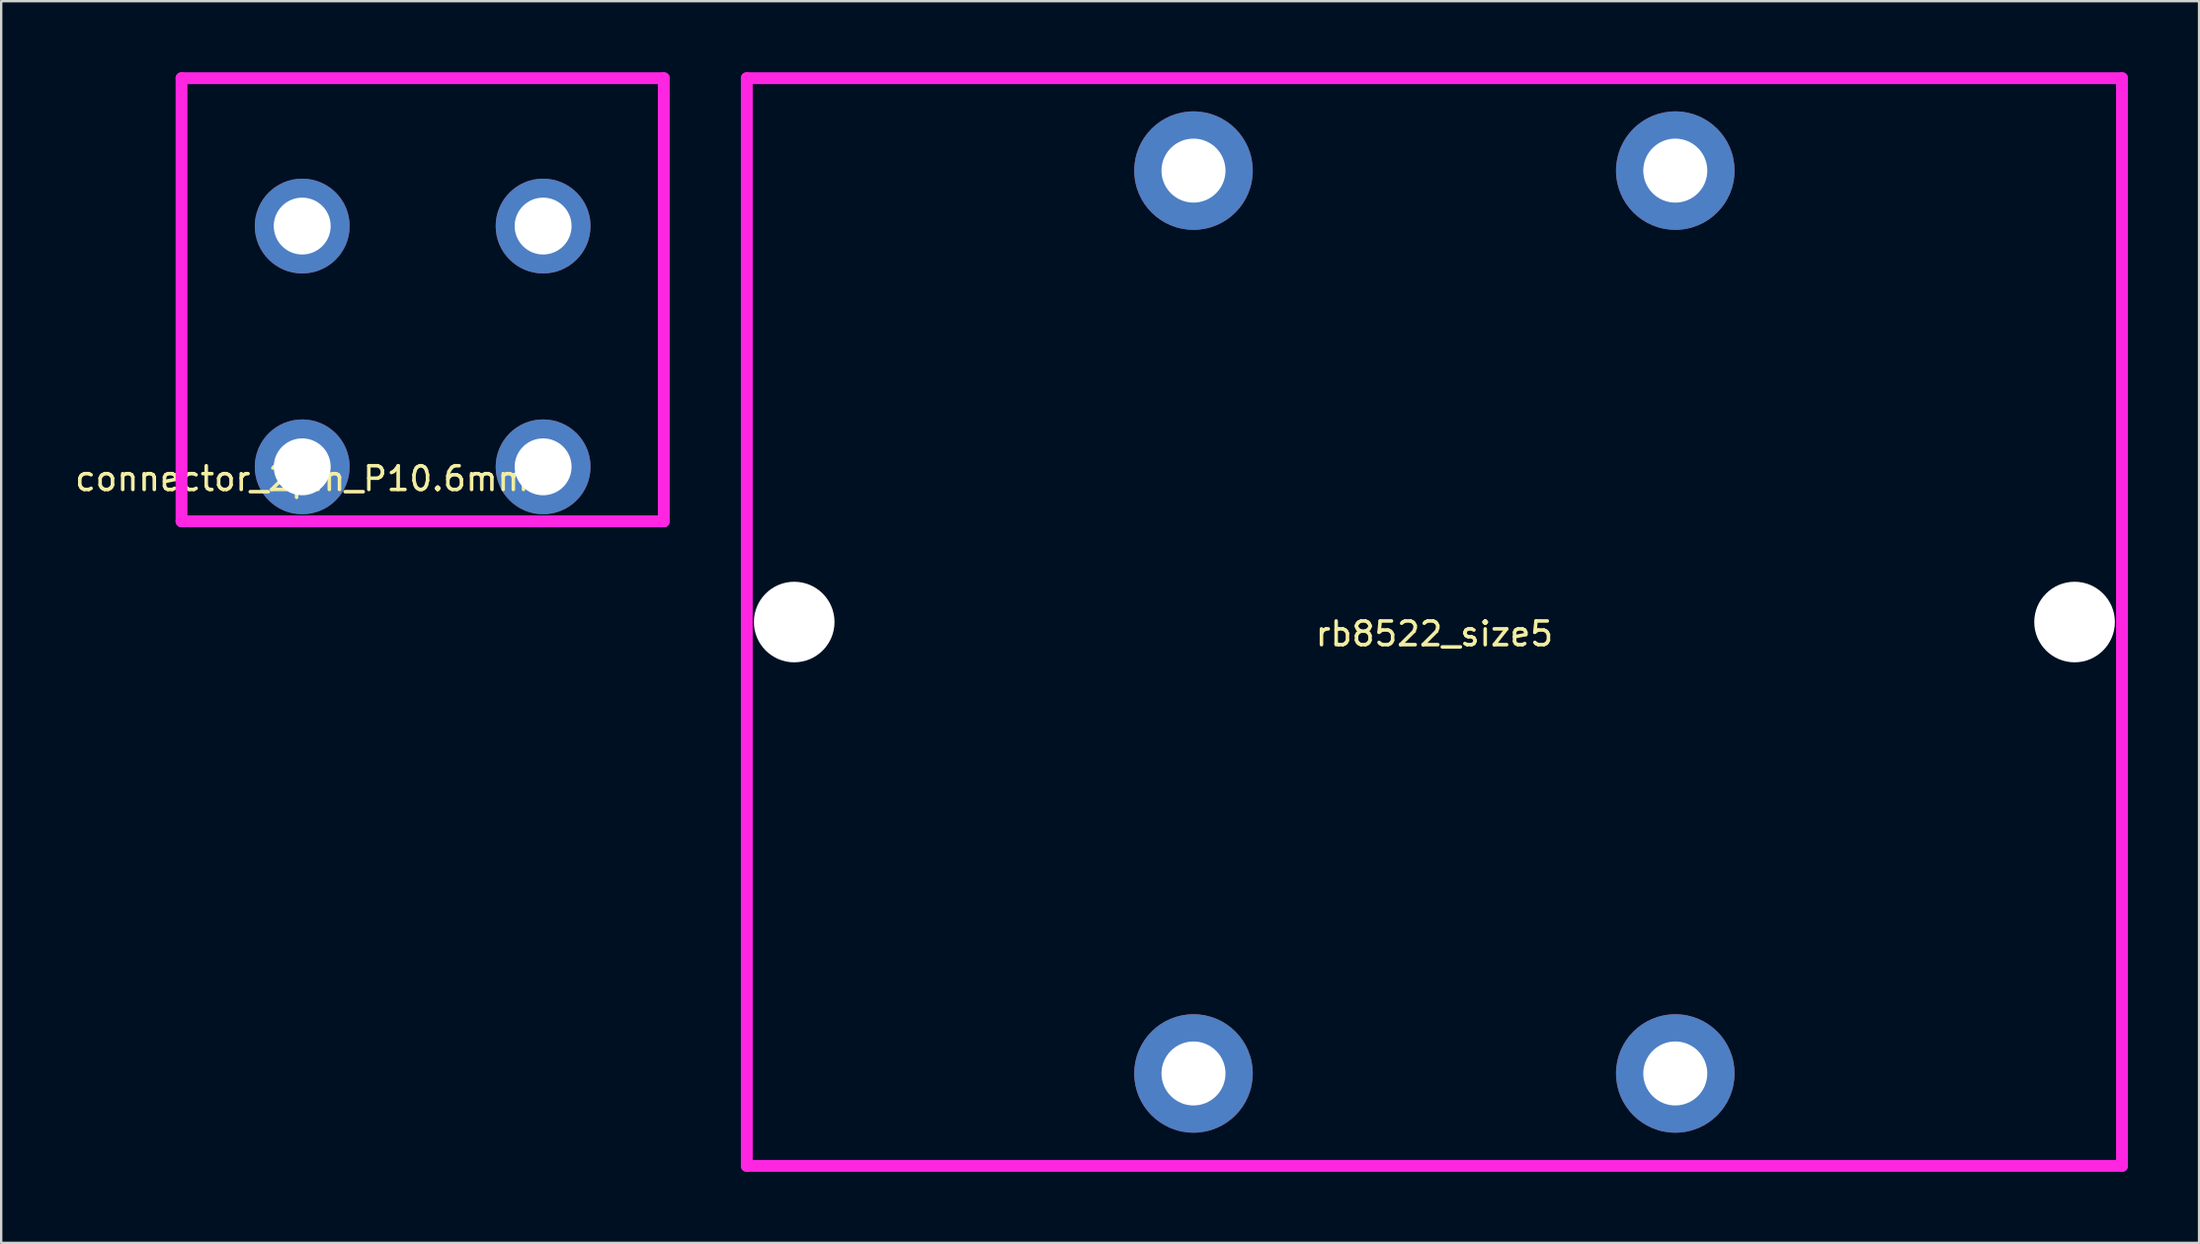
<source format=kicad_pcb>
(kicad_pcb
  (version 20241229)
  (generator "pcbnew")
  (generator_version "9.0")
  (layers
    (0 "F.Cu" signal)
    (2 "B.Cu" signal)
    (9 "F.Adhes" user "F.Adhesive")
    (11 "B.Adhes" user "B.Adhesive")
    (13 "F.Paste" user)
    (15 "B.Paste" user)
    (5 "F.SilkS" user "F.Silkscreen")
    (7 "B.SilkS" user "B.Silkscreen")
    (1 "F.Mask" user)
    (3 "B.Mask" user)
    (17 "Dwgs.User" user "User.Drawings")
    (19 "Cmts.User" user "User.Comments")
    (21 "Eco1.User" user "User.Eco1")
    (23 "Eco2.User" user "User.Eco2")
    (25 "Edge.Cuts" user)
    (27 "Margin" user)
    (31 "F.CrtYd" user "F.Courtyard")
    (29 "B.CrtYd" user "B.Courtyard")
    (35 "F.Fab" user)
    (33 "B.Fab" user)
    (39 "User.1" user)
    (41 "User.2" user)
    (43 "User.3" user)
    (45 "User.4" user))
  (footprint "connector_2pin_P10.6mm"
    (layer "F.Cu")
    (at 9.696 16.65)
    (property "Reference" "connector_2pin_P10.6mm" (at 0 0.5 0) (layer "F.SilkS") (effects (font (size 1 1) (thickness 0.15))))
    (attr through_hole)
    (fp_line (start -5.09 -16.4) (end 15.25 -16.4) (stroke (width 0.5) (type solid)) (layer "F.CrtYd"))
    (fp_line (start -5.09 2.3) (end -5.09 -16.4) (stroke (width 0.5) (type solid)) (layer "F.CrtYd"))
    (fp_line (start -5.09 2.3) (end 15.25 2.3) (stroke (width 0.5) (type solid)) (layer "F.CrtYd"))
    (fp_line (start 15.25 2.3) (end 15.25 -16.4) (stroke (width 0.5) (type solid)) (layer "F.CrtYd"))
    (pad "1" thru_hole circle (at 0 -10.16) (size 4 4) (drill 2.4) (layers "*.Cu" "*.Mask"))
    (pad "1" thru_hole circle (at 0 0) (size 4 4) (drill 2.4) (layers "*.Cu" "*.Mask"))
    (pad "2" thru_hole circle (at 10.16 -10.16) (size 4 4) (drill 2.4) (layers "*.Cu" "*.Mask"))
    (pad "2" thru_hole circle (at 10.16 0) (size 4 4) (drill 2.4) (layers "*.Cu" "*.Mask")))
  (footprint "rb8522_size5"
    (layer "F.Cu")
    (at 57.446 23.2)
    (property "Reference" "rb8522_size5" (at 0 0.5 0) (layer "F.SilkS") (effects (font (size 1 1) (thickness 0.15))))
    (attr through_hole)
    (fp_line (start -29 -22.95) (end 29 -22.95) (stroke (width 0.5) (type solid)) (layer "F.CrtYd"))
    (fp_line (start -29 22.95) (end -29 -22.95) (stroke (width 0.5) (type solid)) (layer "F.CrtYd"))
    (fp_line (start -29 22.95) (end 29 22.95) (stroke (width 0.5) (type solid)) (layer "F.CrtYd"))
    (fp_line (start 29 22.95) (end 29 -22.95) (stroke (width 0.5) (type solid)) (layer "F.CrtYd"))
    (pad "" np_thru_hole circle (at -27 0) (size 3.4 3.4) (drill 3.4) (layers "*.Cu" "*.Mask"))
    (pad "" np_thru_hole circle (at 27 0) (size 3.4 3.4) (drill 3.4) (layers "*.Cu" "*.Mask"))
    (pad "1" thru_hole circle (at -10.16 19.05) (size 5 5) (drill 2.7) (layers "*.Cu" "*.Mask"))
    (pad "2" thru_hole circle (at 10.16 19.05) (size 5 5) (drill 2.7) (layers "*.Cu" "*.Mask"))
    (pad "3" thru_hole circle (at -10.16 -19.05) (size 5 5) (drill 2.7) (layers "*.Cu" "*.Mask"))
    (pad "4" thru_hole circle (at 10.16 -19.05) (size 5 5) (drill 2.7) (layers "*.Cu" "*.Mask")))
  (gr_rect
    (start -3 -3)
    (end 89.696 49.4)
    (stroke (width 0.1) (type default))
    (fill no)
    (layer "Edge.Cuts")))
</source>
